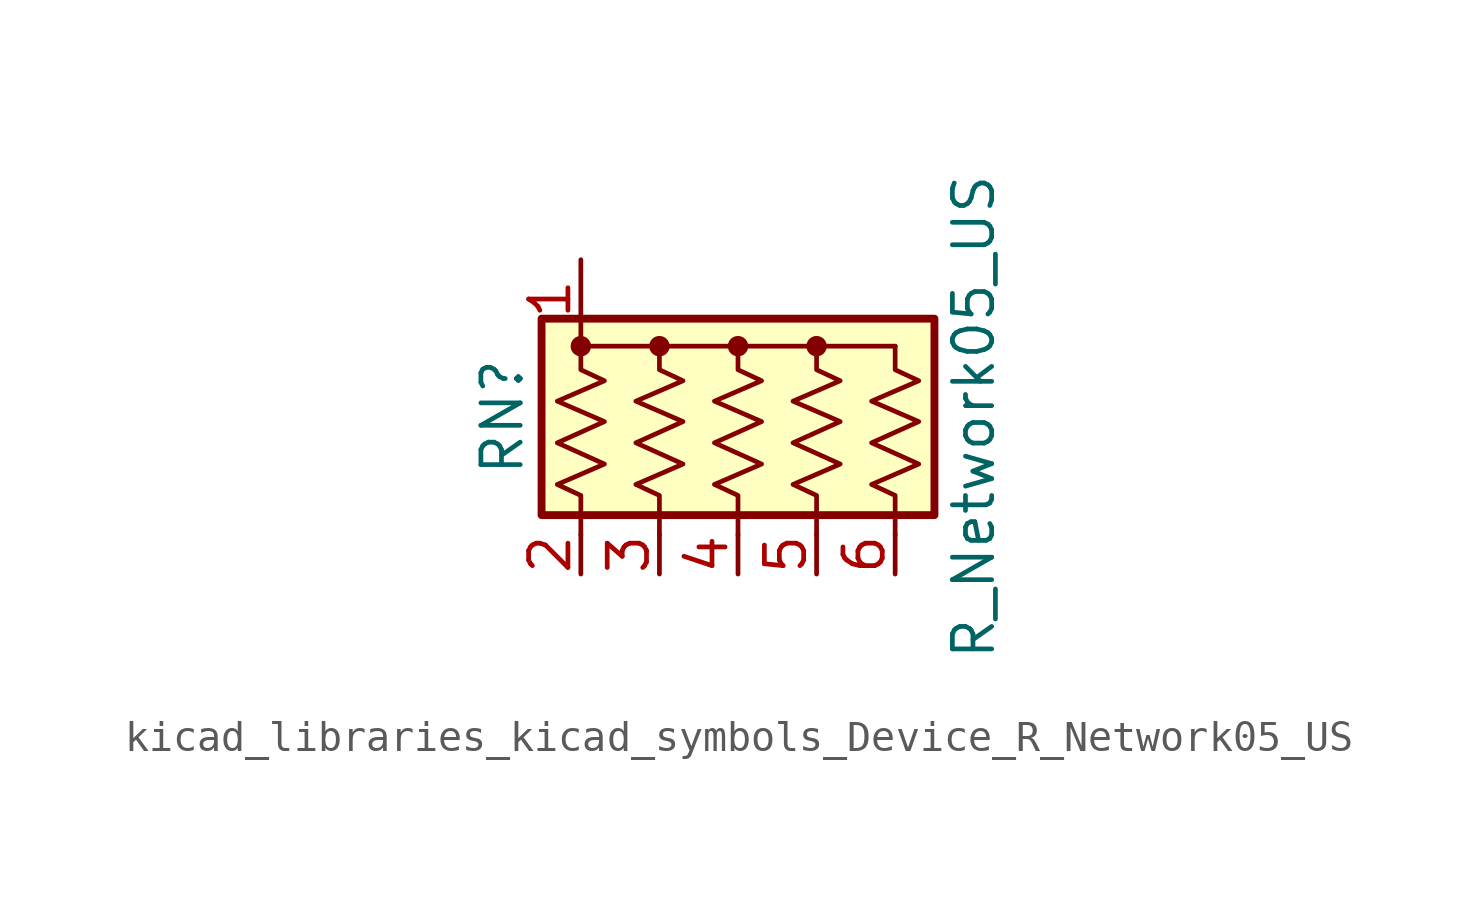
<source format=kicad_sym>
(kicad_symbol_lib
  (version 20220914)
  (generator kicad_symbol_editor)
  (symbol "kicad_libraries_kicad_symbols_Device_R_Network05_US"
    (pin_names
      (offset 0) hide)
    (property "Reference" "RN"
      (at -7.62 0 90)
      (effects (font (size 1.27 1.27))))
    (property "Value" "R_Network05_US"
      (at 7.62 0 90)
      (effects (font (size 1.27 1.27))))
    (symbol "kicad_libraries_kicad_symbols_Device_R_Network05_US_0_1"
      (rectangle (start -6.35 -3.175) (end 6.35 3.175) (stroke (width 0.254) (type default)) (fill (type background)))
      (circle (center -5.08 2.286) (radius 0.254) (stroke (width 0) (type default)) (fill (type outline)))
      (circle (center -2.54 2.286) (radius 0.254) (stroke (width 0) (type default)) (fill (type outline)))
      (polyline (pts (xy -5.08 2.286) (xy 5.08 2.286)) (stroke (width 0) (type default)) (fill (type none)))
      (polyline (pts (xy -5.08 2.286) (xy -5.08 1.524) (xy -4.318 1.168) (xy -5.842 0.508) (xy -4.318 -0.152) (xy -5.842 -0.838) (xy -4.318 -1.524) (xy -5.842 -2.184) (xy -5.08 -2.54) (xy -5.08 -3.81)) (stroke (width 0) (type default)) (fill (type none)))
      (polyline (pts (xy -2.54 2.286) (xy -2.54 1.524) (xy -1.778 1.168) (xy -3.302 0.508) (xy -1.778 -0.152) (xy -3.302 -0.838) (xy -1.778 -1.524) (xy -3.302 -2.184) (xy -2.54 -2.54) (xy -2.54 -3.81)) (stroke (width 0) (type default)) (fill (type none)))
      (polyline (pts (xy 0 2.286) (xy 0 1.524) (xy 0.762 1.168) (xy -0.762 0.508) (xy 0.762 -0.152) (xy -0.762 -0.838) (xy 0.762 -1.524) (xy -0.762 -2.184) (xy 0 -2.54) (xy 0 -3.81)) (stroke (width 0) (type default)) (fill (type none)))
      (polyline (pts (xy 2.54 2.286) (xy 2.54 1.524) (xy 3.302 1.168) (xy 1.778 0.508) (xy 3.302 -0.152) (xy 1.778 -0.838) (xy 3.302 -1.524) (xy 1.778 -2.184) (xy 2.54 -2.54) (xy 2.54 -3.81)) (stroke (width 0) (type default)) (fill (type none)))
      (polyline (pts (xy 5.08 2.286) (xy 5.08 1.524) (xy 5.842 1.168) (xy 4.318 0.508) (xy 5.842 -0.152) (xy 4.318 -0.838) (xy 5.842 -1.524) (xy 4.318 -2.184) (xy 5.08 -2.54) (xy 5.08 -3.81)) (stroke (width 0) (type default)) (fill (type none)))
      (circle (center 0 2.286) (radius 0.254) (stroke (width 0) (type default)) (fill (type outline)))
      (circle (center 2.54 2.286) (radius 0.254) (stroke (width 0) (type default)) (fill (type outline))))
    (symbol "kicad_libraries_kicad_symbols_Device_R_Network05_US_1_1"
      (pin passive line (at -5.08 5.08 270) (length 2.54) (name "common" (effects (font (size 1.27 1.27)))) (number "1" (effects (font (size 1.27 1.27)))))
      (pin passive line (at -5.08 -5.08 90) (length 1.27) (name "R1" (effects (font (size 1.27 1.27)))) (number "2" (effects (font (size 1.27 1.27)))))
      (pin passive line (at -2.54 -5.08 90) (length 1.27) (name "R2" (effects (font (size 1.27 1.27)))) (number "3" (effects (font (size 1.27 1.27)))))
      (pin passive line (at 0 -5.08 90) (length 1.27) (name "R3" (effects (font (size 1.27 1.27)))) (number "4" (effects (font (size 1.27 1.27)))))
      (pin passive line (at 2.54 -5.08 90) (length 1.27) (name "R4" (effects (font (size 1.27 1.27)))) (number "5" (effects (font (size 1.27 1.27)))))
      (pin passive line (at 5.08 -5.08 90) (length 1.27) (name "R5" (effects (font (size 1.27 1.27)))) (number "6" (effects (font (size 1.27 1.27))))))))
</source>
